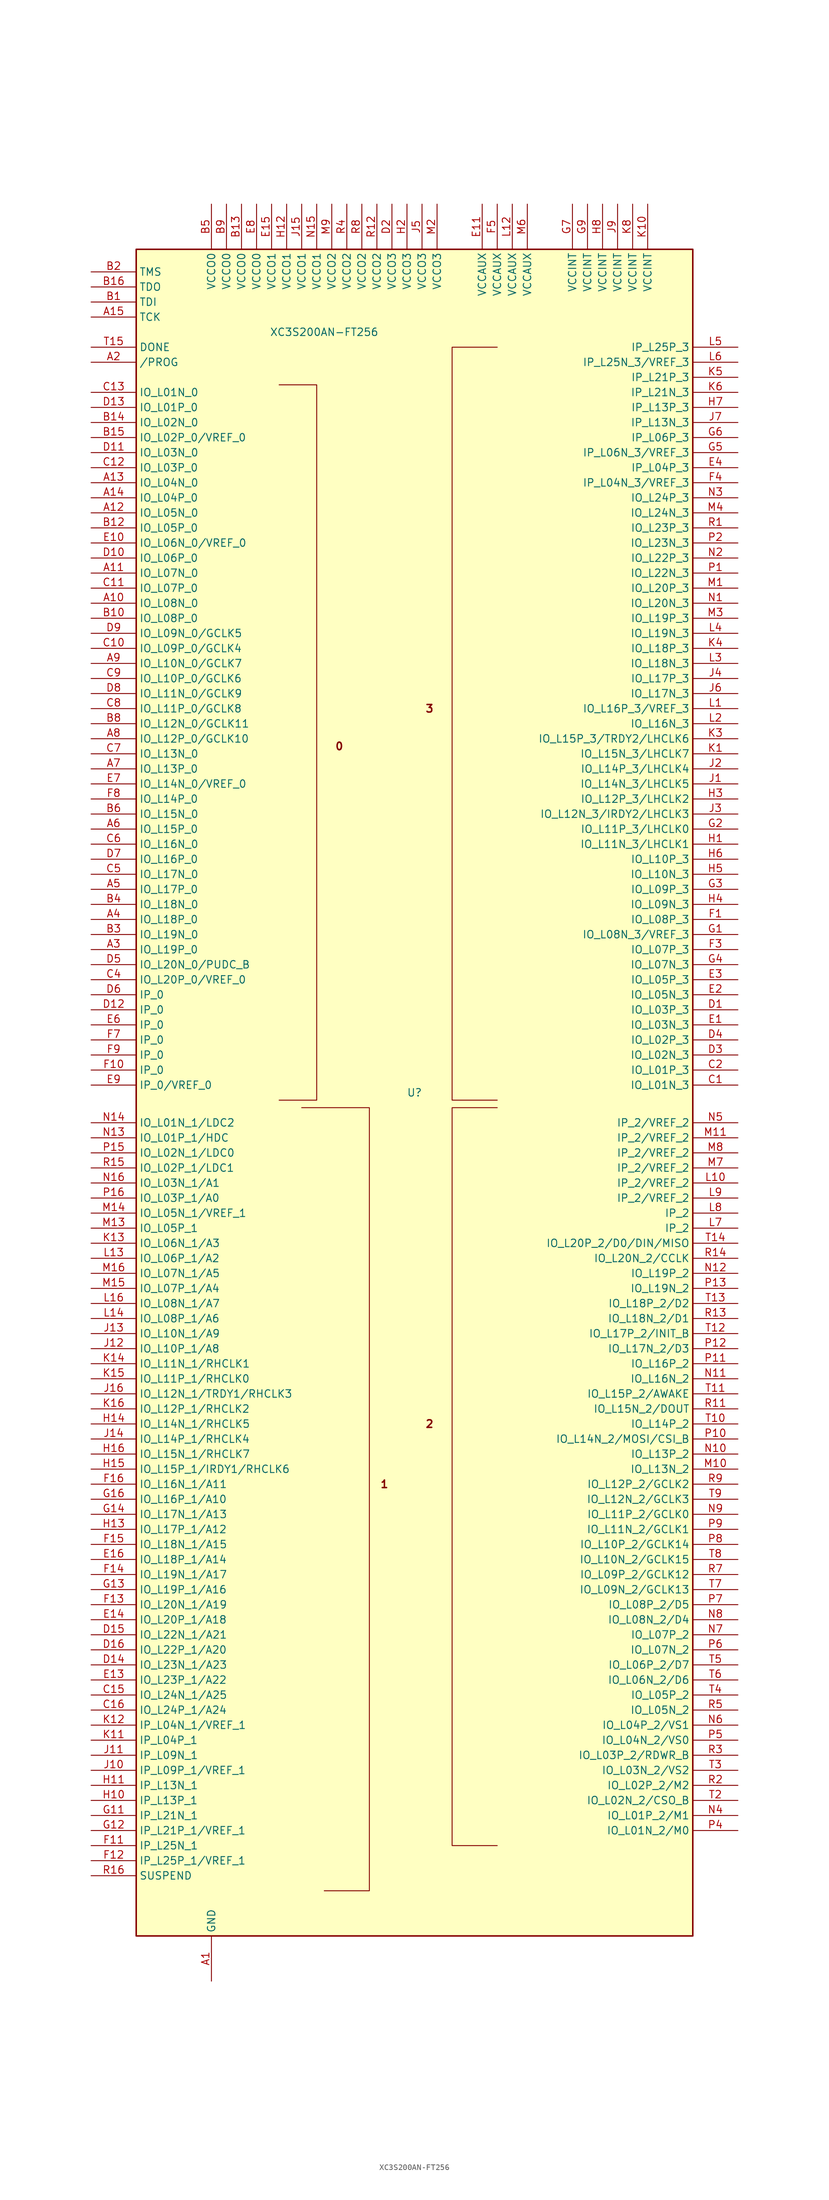
<source format=kicad_sym>
(kicad_symbol_lib
  (version 20220914)
  (generator kicad_symbol_editor)
  (symbol "XC3S200AN-FT256"
    (property "Reference" "U"
      (at 0 0 0)
      (effects (font (size 1.27 1.27))))
    (property "Value" "XC3S200AN-FT256"
      (at -15.24 128.27 0)
      (effects (font (size 1.27 1.27))))
    (symbol "XC3S200AN-FT256_0_0"
      (text "0" (at -12.7 58.42 0) (effects (font (size 1.27 1.27) bold)))
      (text "1" (at -5.08 -66.04 0) (effects (font (size 1.27 1.27) bold)))
      (text "2" (at 2.54 -55.88 0) (effects (font (size 1.27 1.27) bold)))
      (text "3" (at 2.54 64.77 0) (effects (font (size 1.27 1.27) bold))))
    (symbol "XC3S200AN-FT256_0_1"
      (rectangle (start -46.99 142.24) (end 46.99 -142.24) (stroke (width 0.254) (type default)) (fill (type background)))
      (polyline (pts (xy -22.86 119.38) (xy -16.51 119.38) (xy -16.51 -1.27) (xy -22.86 -1.27) (xy -22.86 -1.27)) (stroke (width 0) (type default)) (fill (type none)))
      (polyline (pts (xy -19.05 -2.54) (xy -7.62 -2.54) (xy -7.62 -134.62) (xy -15.24 -134.62) (xy -15.24 -134.62)) (stroke (width 0) (type default)) (fill (type none)))
      (polyline (pts (xy 13.97 -2.54) (xy 6.35 -2.54) (xy 6.35 -127) (xy 13.97 -127) (xy 13.97 -127)) (stroke (width 0) (type default)) (fill (type none)))
      (polyline (pts (xy 13.97 125.73) (xy 6.35 125.73) (xy 6.35 -1.27) (xy 13.97 -1.27) (xy 13.97 -1.27)) (stroke (width 0) (type default)) (fill (type none))))
    (symbol "XC3S200AN-FT256_1_1"
      (pin power_in line (at -34.29 -149.86 90) (length 7.62) (name "GND" (effects (font (size 1.27 1.27)))) (number "A1" (effects (font (size 1.27 1.27)))))
      (pin bidirectional line (at -54.61 82.55 0) (length 7.62) (name "IO_L08N_0" (effects (font (size 1.27 1.27)))) (number "A10" (effects (font (size 1.27 1.27)))))
      (pin bidirectional line (at -54.61 87.63 0) (length 7.62) (name "IO_L07N_0" (effects (font (size 1.27 1.27)))) (number "A11" (effects (font (size 1.27 1.27)))))
      (pin bidirectional line (at -54.61 97.79 0) (length 7.62) (name "IO_L05N_0" (effects (font (size 1.27 1.27)))) (number "A12" (effects (font (size 1.27 1.27)))))
      (pin bidirectional line (at -54.61 102.87 0) (length 7.62) (name "IO_L04N_0" (effects (font (size 1.27 1.27)))) (number "A13" (effects (font (size 1.27 1.27)))))
      (pin bidirectional line (at -54.61 100.33 0) (length 7.62) (name "IO_L04P_0" (effects (font (size 1.27 1.27)))) (number "A14" (effects (font (size 1.27 1.27)))))
      (pin input line (at -54.61 130.81 0) (length 7.62) (name "TCK" (effects (font (size 1.27 1.27)))) (number "A15" (effects (font (size 1.27 1.27)))))
      (pin passive line (at -34.29 -149.86 90) (length 7.62) hide (name "GND" (effects (font (size 1.27 1.27)))) (number "A16" (effects (font (size 1.27 1.27)))))
      (pin bidirectional line (at -54.61 123.19 0) (length 7.62) (name "/PROG" (effects (font (size 1.27 1.27)))) (number "A2" (effects (font (size 1.27 1.27)))))
      (pin bidirectional line (at -54.61 24.13 0) (length 7.62) (name "IO_L19P_0" (effects (font (size 1.27 1.27)))) (number "A3" (effects (font (size 1.27 1.27)))))
      (pin bidirectional line (at -54.61 29.21 0) (length 7.62) (name "IO_L18P_0" (effects (font (size 1.27 1.27)))) (number "A4" (effects (font (size 1.27 1.27)))))
      (pin bidirectional line (at -54.61 34.29 0) (length 7.62) (name "IO_L17P_0" (effects (font (size 1.27 1.27)))) (number "A5" (effects (font (size 1.27 1.27)))))
      (pin bidirectional line (at -54.61 44.45 0) (length 7.62) (name "IO_L15P_0" (effects (font (size 1.27 1.27)))) (number "A6" (effects (font (size 1.27 1.27)))))
      (pin bidirectional line (at -54.61 54.61 0) (length 7.62) (name "IO_L13P_0" (effects (font (size 1.27 1.27)))) (number "A7" (effects (font (size 1.27 1.27)))))
      (pin bidirectional line (at -54.61 59.69 0) (length 7.62) (name "IO_L12P_0/GCLK10" (effects (font (size 1.27 1.27)))) (number "A8" (effects (font (size 1.27 1.27)))))
      (pin bidirectional line (at -54.61 72.39 0) (length 7.62) (name "IO_L10N_0/GCLK7" (effects (font (size 1.27 1.27)))) (number "A9" (effects (font (size 1.27 1.27)))))
      (pin input line (at -54.61 133.35 0) (length 7.62) (name "TDI" (effects (font (size 1.27 1.27)))) (number "B1" (effects (font (size 1.27 1.27)))))
      (pin bidirectional line (at -54.61 80.01 0) (length 7.62) (name "IO_L08P_0" (effects (font (size 1.27 1.27)))) (number "B10" (effects (font (size 1.27 1.27)))))
      (pin passive line (at -34.29 -149.86 90) (length 7.62) hide (name "GND" (effects (font (size 1.27 1.27)))) (number "B11" (effects (font (size 1.27 1.27)))))
      (pin bidirectional line (at -54.61 95.25 0) (length 7.62) (name "IO_L05P_0" (effects (font (size 1.27 1.27)))) (number "B12" (effects (font (size 1.27 1.27)))))
      (pin power_in line (at -29.21 149.86 270) (length 7.62) (name "VCCO0" (effects (font (size 1.27 1.27)))) (number "B13" (effects (font (size 1.27 1.27)))))
      (pin bidirectional line (at -54.61 113.03 0) (length 7.62) (name "IO_L02N_0" (effects (font (size 1.27 1.27)))) (number "B14" (effects (font (size 1.27 1.27)))))
      (pin bidirectional line (at -54.61 110.49 0) (length 7.62) (name "IO_L02P_0/VREF_0" (effects (font (size 1.27 1.27)))) (number "B15" (effects (font (size 1.27 1.27)))))
      (pin output line (at -54.61 135.89 0) (length 7.62) (name "TDO" (effects (font (size 1.27 1.27)))) (number "B16" (effects (font (size 1.27 1.27)))))
      (pin input line (at -54.61 138.43 0) (length 7.62) (name "TMS" (effects (font (size 1.27 1.27)))) (number "B2" (effects (font (size 1.27 1.27)))))
      (pin bidirectional line (at -54.61 26.67 0) (length 7.62) (name "IO_L19N_0" (effects (font (size 1.27 1.27)))) (number "B3" (effects (font (size 1.27 1.27)))))
      (pin bidirectional line (at -54.61 31.75 0) (length 7.62) (name "IO_L18N_0" (effects (font (size 1.27 1.27)))) (number "B4" (effects (font (size 1.27 1.27)))))
      (pin power_in line (at -34.29 149.86 270) (length 7.62) (name "VCCO0" (effects (font (size 1.27 1.27)))) (number "B5" (effects (font (size 1.27 1.27)))))
      (pin bidirectional line (at -54.61 46.99 0) (length 7.62) (name "IO_L15N_0" (effects (font (size 1.27 1.27)))) (number "B6" (effects (font (size 1.27 1.27)))))
      (pin passive line (at -34.29 -149.86 90) (length 7.62) hide (name "GND" (effects (font (size 1.27 1.27)))) (number "B7" (effects (font (size 1.27 1.27)))))
      (pin bidirectional line (at -54.61 62.23 0) (length 7.62) (name "IO_L12N_0/GCLK11" (effects (font (size 1.27 1.27)))) (number "B8" (effects (font (size 1.27 1.27)))))
      (pin power_in line (at -31.75 149.86 270) (length 7.62) (name "VCCO0" (effects (font (size 1.27 1.27)))) (number "B9" (effects (font (size 1.27 1.27)))))
      (pin bidirectional line (at 54.61 1.27 180) (length 7.62) (name "IO_L01N_3" (effects (font (size 1.27 1.27)))) (number "C1" (effects (font (size 1.27 1.27)))))
      (pin bidirectional line (at -54.61 74.93 0) (length 7.62) (name "IO_L09P_0/GCLK4" (effects (font (size 1.27 1.27)))) (number "C10" (effects (font (size 1.27 1.27)))))
      (pin bidirectional line (at -54.61 85.09 0) (length 7.62) (name "IO_L07P_0" (effects (font (size 1.27 1.27)))) (number "C11" (effects (font (size 1.27 1.27)))))
      (pin bidirectional line (at -54.61 105.41 0) (length 7.62) (name "IO_L03P_0" (effects (font (size 1.27 1.27)))) (number "C12" (effects (font (size 1.27 1.27)))))
      (pin bidirectional line (at -54.61 118.11 0) (length 7.62) (name "IO_L01N_0" (effects (font (size 1.27 1.27)))) (number "C13" (effects (font (size 1.27 1.27)))))
      (pin passive line (at -34.29 -149.86 90) (length 7.62) hide (name "GND" (effects (font (size 1.27 1.27)))) (number "C14" (effects (font (size 1.27 1.27)))))
      (pin bidirectional line (at -54.61 -101.6 0) (length 7.62) (name "IO_L24N_1/A25" (effects (font (size 1.27 1.27)))) (number "C15" (effects (font (size 1.27 1.27)))))
      (pin bidirectional line (at -54.61 -104.14 0) (length 7.62) (name "IO_L24P_1/A24" (effects (font (size 1.27 1.27)))) (number "C16" (effects (font (size 1.27 1.27)))))
      (pin bidirectional line (at 54.61 3.81 180) (length 7.62) (name "IO_L01P_3" (effects (font (size 1.27 1.27)))) (number "C2" (effects (font (size 1.27 1.27)))))
      (pin passive line (at -34.29 -149.86 90) (length 7.62) hide (name "GND" (effects (font (size 1.27 1.27)))) (number "C3" (effects (font (size 1.27 1.27)))))
      (pin bidirectional line (at -54.61 19.05 0) (length 7.62) (name "IO_L20P_0/VREF_0" (effects (font (size 1.27 1.27)))) (number "C4" (effects (font (size 1.27 1.27)))))
      (pin bidirectional line (at -54.61 36.83 0) (length 7.62) (name "IO_L17N_0" (effects (font (size 1.27 1.27)))) (number "C5" (effects (font (size 1.27 1.27)))))
      (pin bidirectional line (at -54.61 41.91 0) (length 7.62) (name "IO_L16N_0" (effects (font (size 1.27 1.27)))) (number "C6" (effects (font (size 1.27 1.27)))))
      (pin bidirectional line (at -54.61 57.15 0) (length 7.62) (name "IO_L13N_0" (effects (font (size 1.27 1.27)))) (number "C7" (effects (font (size 1.27 1.27)))))
      (pin bidirectional line (at -54.61 64.77 0) (length 7.62) (name "IO_L11P_0/GCLK8" (effects (font (size 1.27 1.27)))) (number "C8" (effects (font (size 1.27 1.27)))))
      (pin bidirectional line (at -54.61 69.85 0) (length 7.62) (name "IO_L10P_0/GCLK6" (effects (font (size 1.27 1.27)))) (number "C9" (effects (font (size 1.27 1.27)))))
      (pin bidirectional line (at 54.61 13.97 180) (length 7.62) (name "IO_L03P_3" (effects (font (size 1.27 1.27)))) (number "D1" (effects (font (size 1.27 1.27)))))
      (pin bidirectional line (at -54.61 90.17 0) (length 7.62) (name "IO_L06P_0" (effects (font (size 1.27 1.27)))) (number "D10" (effects (font (size 1.27 1.27)))))
      (pin bidirectional line (at -54.61 107.95 0) (length 7.62) (name "IO_L03N_0" (effects (font (size 1.27 1.27)))) (number "D11" (effects (font (size 1.27 1.27)))))
      (pin input line (at -54.61 13.97 0) (length 7.62) (name "IP_0" (effects (font (size 1.27 1.27)))) (number "D12" (effects (font (size 1.27 1.27)))))
      (pin bidirectional line (at -54.61 115.57 0) (length 7.62) (name "IO_L01P_0" (effects (font (size 1.27 1.27)))) (number "D13" (effects (font (size 1.27 1.27)))))
      (pin bidirectional line (at -54.61 -96.52 0) (length 7.62) (name "IO_L23N_1/A23" (effects (font (size 1.27 1.27)))) (number "D14" (effects (font (size 1.27 1.27)))))
      (pin bidirectional line (at -54.61 -91.44 0) (length 7.62) (name "IO_L22N_1/A21" (effects (font (size 1.27 1.27)))) (number "D15" (effects (font (size 1.27 1.27)))))
      (pin bidirectional line (at -54.61 -93.98 0) (length 7.62) (name "IO_L22P_1/A20" (effects (font (size 1.27 1.27)))) (number "D16" (effects (font (size 1.27 1.27)))))
      (pin passive line (at -3.81 149.86 270) (length 7.62) (name "VCCO3" (effects (font (size 1.27 1.27)))) (number "D2" (effects (font (size 1.27 1.27)))))
      (pin bidirectional line (at 54.61 6.35 180) (length 7.62) (name "IO_L02N_3" (effects (font (size 1.27 1.27)))) (number "D3" (effects (font (size 1.27 1.27)))))
      (pin bidirectional line (at 54.61 8.89 180) (length 7.62) (name "IO_L02P_3" (effects (font (size 1.27 1.27)))) (number "D4" (effects (font (size 1.27 1.27)))))
      (pin bidirectional line (at -54.61 21.59 0) (length 7.62) (name "IO_L20N_0/PUDC_B" (effects (font (size 1.27 1.27)))) (number "D5" (effects (font (size 1.27 1.27)))))
      (pin input line (at -54.61 16.51 0) (length 7.62) (name "IP_0" (effects (font (size 1.27 1.27)))) (number "D6" (effects (font (size 1.27 1.27)))))
      (pin bidirectional line (at -54.61 39.37 0) (length 7.62) (name "IO_L16P_0" (effects (font (size 1.27 1.27)))) (number "D7" (effects (font (size 1.27 1.27)))))
      (pin bidirectional line (at -54.61 67.31 0) (length 7.62) (name "IO_L11N_0/GCLK9" (effects (font (size 1.27 1.27)))) (number "D8" (effects (font (size 1.27 1.27)))))
      (pin bidirectional line (at -54.61 77.47 0) (length 7.62) (name "IO_L09N_0/GCLK5" (effects (font (size 1.27 1.27)))) (number "D9" (effects (font (size 1.27 1.27)))))
      (pin bidirectional line (at 54.61 11.43 180) (length 7.62) (name "IO_L03N_3" (effects (font (size 1.27 1.27)))) (number "E1" (effects (font (size 1.27 1.27)))))
      (pin bidirectional line (at -54.61 92.71 0) (length 7.62) (name "IO_L06N_0/VREF_0" (effects (font (size 1.27 1.27)))) (number "E10" (effects (font (size 1.27 1.27)))))
      (pin power_in line (at 11.43 149.86 270) (length 7.62) (name "VCCAUX" (effects (font (size 1.27 1.27)))) (number "E11" (effects (font (size 1.27 1.27)))))
      (pin passive line (at -34.29 -149.86 90) (length 7.62) hide (name "GND" (effects (font (size 1.27 1.27)))) (number "E12" (effects (font (size 1.27 1.27)))))
      (pin bidirectional line (at -54.61 -99.06 0) (length 7.62) (name "IO_L23P_1/A22" (effects (font (size 1.27 1.27)))) (number "E13" (effects (font (size 1.27 1.27)))))
      (pin bidirectional line (at -54.61 -88.9 0) (length 7.62) (name "IO_L20P_1/A18" (effects (font (size 1.27 1.27)))) (number "E14" (effects (font (size 1.27 1.27)))))
      (pin power_in line (at -24.13 149.86 270) (length 7.62) (name "VCCO1" (effects (font (size 1.27 1.27)))) (number "E15" (effects (font (size 1.27 1.27)))))
      (pin bidirectional line (at -54.61 -78.74 0) (length 7.62) (name "IO_L18P_1/A14" (effects (font (size 1.27 1.27)))) (number "E16" (effects (font (size 1.27 1.27)))))
      (pin bidirectional line (at 54.61 16.51 180) (length 7.62) (name "IO_L05N_3" (effects (font (size 1.27 1.27)))) (number "E2" (effects (font (size 1.27 1.27)))))
      (pin bidirectional line (at 54.61 19.05 180) (length 7.62) (name "IO_L05P_3" (effects (font (size 1.27 1.27)))) (number "E3" (effects (font (size 1.27 1.27)))))
      (pin input line (at 54.61 105.41 180) (length 7.62) (name "IP_L04P_3" (effects (font (size 1.27 1.27)))) (number "E4" (effects (font (size 1.27 1.27)))))
      (pin passive line (at -34.29 -149.86 90) (length 7.62) hide (name "GND" (effects (font (size 1.27 1.27)))) (number "E5" (effects (font (size 1.27 1.27)))))
      (pin input line (at -54.61 11.43 0) (length 7.62) (name "IP_0" (effects (font (size 1.27 1.27)))) (number "E6" (effects (font (size 1.27 1.27)))))
      (pin bidirectional line (at -54.61 52.07 0) (length 7.62) (name "IO_L14N_0/VREF_0" (effects (font (size 1.27 1.27)))) (number "E7" (effects (font (size 1.27 1.27)))))
      (pin power_in line (at -26.67 149.86 270) (length 7.62) (name "VCCO0" (effects (font (size 1.27 1.27)))) (number "E8" (effects (font (size 1.27 1.27)))))
      (pin input line (at -54.61 1.27 0) (length 7.62) (name "IP_0/VREF_0" (effects (font (size 1.27 1.27)))) (number "E9" (effects (font (size 1.27 1.27)))))
      (pin bidirectional line (at 54.61 29.21 180) (length 7.62) (name "IO_L08P_3" (effects (font (size 1.27 1.27)))) (number "F1" (effects (font (size 1.27 1.27)))))
      (pin input line (at -54.61 3.81 0) (length 7.62) (name "IP_0" (effects (font (size 1.27 1.27)))) (number "F10" (effects (font (size 1.27 1.27)))))
      (pin input line (at -54.61 -127 0) (length 7.62) (name "IP_L25N_1" (effects (font (size 1.27 1.27)))) (number "F11" (effects (font (size 1.27 1.27)))))
      (pin input line (at -54.61 -129.54 0) (length 7.62) (name "IP_L25P_1/VREF_1" (effects (font (size 1.27 1.27)))) (number "F12" (effects (font (size 1.27 1.27)))))
      (pin bidirectional line (at -54.61 -86.36 0) (length 7.62) (name "IO_L20N_1/A19" (effects (font (size 1.27 1.27)))) (number "F13" (effects (font (size 1.27 1.27)))))
      (pin bidirectional line (at -54.61 -81.28 0) (length 7.62) (name "IO_L19N_1/A17" (effects (font (size 1.27 1.27)))) (number "F14" (effects (font (size 1.27 1.27)))))
      (pin bidirectional line (at -54.61 -76.2 0) (length 7.62) (name "IO_L18N_1/A15" (effects (font (size 1.27 1.27)))) (number "F15" (effects (font (size 1.27 1.27)))))
      (pin bidirectional line (at -54.61 -66.04 0) (length 7.62) (name "IO_L16N_1/A11" (effects (font (size 1.27 1.27)))) (number "F16" (effects (font (size 1.27 1.27)))))
      (pin passive line (at -34.29 -149.86 90) (length 7.62) hide (name "GND" (effects (font (size 1.27 1.27)))) (number "F2" (effects (font (size 1.27 1.27)))))
      (pin bidirectional line (at 54.61 24.13 180) (length 7.62) (name "IO_L07P_3" (effects (font (size 1.27 1.27)))) (number "F3" (effects (font (size 1.27 1.27)))))
      (pin input line (at 54.61 102.87 180) (length 7.62) (name "IP_L04N_3/VREF_3" (effects (font (size 1.27 1.27)))) (number "F4" (effects (font (size 1.27 1.27)))))
      (pin power_in line (at 13.97 149.86 270) (length 7.62) (name "VCCAUX" (effects (font (size 1.27 1.27)))) (number "F5" (effects (font (size 1.27 1.27)))))
      (pin passive line (at -34.29 -149.86 90) (length 7.62) hide (name "GND" (effects (font (size 1.27 1.27)))) (number "F6" (effects (font (size 1.27 1.27)))))
      (pin input line (at -54.61 8.89 0) (length 7.62) (name "IP_0" (effects (font (size 1.27 1.27)))) (number "F7" (effects (font (size 1.27 1.27)))))
      (pin bidirectional line (at -54.61 49.53 0) (length 7.62) (name "IO_L14P_0" (effects (font (size 1.27 1.27)))) (number "F8" (effects (font (size 1.27 1.27)))))
      (pin input line (at -54.61 6.35 0) (length 7.62) (name "IP_0" (effects (font (size 1.27 1.27)))) (number "F9" (effects (font (size 1.27 1.27)))))
      (pin bidirectional line (at 54.61 26.67 180) (length 7.62) (name "IO_L08N_3/VREF_3" (effects (font (size 1.27 1.27)))) (number "G1" (effects (font (size 1.27 1.27)))))
      (pin passive line (at -34.29 -149.86 90) (length 7.62) hide (name "GND" (effects (font (size 1.27 1.27)))) (number "G10" (effects (font (size 1.27 1.27)))))
      (pin input line (at -54.61 -121.92 0) (length 7.62) (name "IP_L21N_1" (effects (font (size 1.27 1.27)))) (number "G11" (effects (font (size 1.27 1.27)))))
      (pin input line (at -54.61 -124.46 0) (length 7.62) (name "IP_L21P_1/VREF_1" (effects (font (size 1.27 1.27)))) (number "G12" (effects (font (size 1.27 1.27)))))
      (pin bidirectional line (at -54.61 -83.82 0) (length 7.62) (name "IO_L19P_1/A16" (effects (font (size 1.27 1.27)))) (number "G13" (effects (font (size 1.27 1.27)))))
      (pin bidirectional line (at -54.61 -71.12 0) (length 7.62) (name "IO_L17N_1/A13" (effects (font (size 1.27 1.27)))) (number "G14" (effects (font (size 1.27 1.27)))))
      (pin passive line (at -34.29 -149.86 90) (length 7.62) hide (name "GND" (effects (font (size 1.27 1.27)))) (number "G15" (effects (font (size 1.27 1.27)))))
      (pin bidirectional line (at -54.61 -68.58 0) (length 7.62) (name "IO_L16P_1/A10" (effects (font (size 1.27 1.27)))) (number "G16" (effects (font (size 1.27 1.27)))))
      (pin bidirectional line (at 54.61 44.45 180) (length 7.62) (name "IO_L11P_3/LHCLK0" (effects (font (size 1.27 1.27)))) (number "G2" (effects (font (size 1.27 1.27)))))
      (pin bidirectional line (at 54.61 34.29 180) (length 7.62) (name "IO_L09P_3" (effects (font (size 1.27 1.27)))) (number "G3" (effects (font (size 1.27 1.27)))))
      (pin bidirectional line (at 54.61 21.59 180) (length 7.62) (name "IO_L07N_3" (effects (font (size 1.27 1.27)))) (number "G4" (effects (font (size 1.27 1.27)))))
      (pin input line (at 54.61 107.95 180) (length 7.62) (name "IP_L06N_3/VREF_3" (effects (font (size 1.27 1.27)))) (number "G5" (effects (font (size 1.27 1.27)))))
      (pin input line (at 54.61 110.49 180) (length 7.62) (name "IP_L06P_3" (effects (font (size 1.27 1.27)))) (number "G6" (effects (font (size 1.27 1.27)))))
      (pin power_in line (at 26.67 149.86 270) (length 7.62) (name "VCCINT" (effects (font (size 1.27 1.27)))) (number "G7" (effects (font (size 1.27 1.27)))))
      (pin passive line (at -34.29 -149.86 90) (length 7.62) hide (name "GND" (effects (font (size 1.27 1.27)))) (number "G8" (effects (font (size 1.27 1.27)))))
      (pin power_in line (at 29.21 149.86 270) (length 7.62) (name "VCCINT" (effects (font (size 1.27 1.27)))) (number "G9" (effects (font (size 1.27 1.27)))))
      (pin bidirectional line (at 54.61 41.91 180) (length 7.62) (name "IO_L11N_3/LHCLK1" (effects (font (size 1.27 1.27)))) (number "H1" (effects (font (size 1.27 1.27)))))
      (pin input line (at -54.61 -119.38 0) (length 7.62) (name "IP_L13P_1" (effects (font (size 1.27 1.27)))) (number "H10" (effects (font (size 1.27 1.27)))))
      (pin input line (at -54.61 -116.84 0) (length 7.62) (name "IP_L13N_1" (effects (font (size 1.27 1.27)))) (number "H11" (effects (font (size 1.27 1.27)))))
      (pin power_in line (at -21.59 149.86 270) (length 7.62) (name "VCCO1" (effects (font (size 1.27 1.27)))) (number "H12" (effects (font (size 1.27 1.27)))))
      (pin bidirectional line (at -54.61 -73.66 0) (length 7.62) (name "IO_L17P_1/A12" (effects (font (size 1.27 1.27)))) (number "H13" (effects (font (size 1.27 1.27)))))
      (pin bidirectional line (at -54.61 -55.88 0) (length 7.62) (name "IO_L14N_1/RHCLK5" (effects (font (size 1.27 1.27)))) (number "H14" (effects (font (size 1.27 1.27)))))
      (pin bidirectional line (at -54.61 -63.5 0) (length 7.62) (name "IO_L15P_1/IRDY1/RHCLK6" (effects (font (size 1.27 1.27)))) (number "H15" (effects (font (size 1.27 1.27)))))
      (pin bidirectional line (at -54.61 -60.96 0) (length 7.62) (name "IO_L15N_1/RHCLK7" (effects (font (size 1.27 1.27)))) (number "H16" (effects (font (size 1.27 1.27)))))
      (pin power_in line (at -1.27 149.86 270) (length 7.62) (name "VCCO3" (effects (font (size 1.27 1.27)))) (number "H2" (effects (font (size 1.27 1.27)))))
      (pin bidirectional line (at 54.61 49.53 180) (length 7.62) (name "IO_L12P_3/LHCLK2" (effects (font (size 1.27 1.27)))) (number "H3" (effects (font (size 1.27 1.27)))))
      (pin bidirectional line (at 54.61 31.75 180) (length 7.62) (name "IO_L09N_3" (effects (font (size 1.27 1.27)))) (number "H4" (effects (font (size 1.27 1.27)))))
      (pin bidirectional line (at 54.61 36.83 180) (length 7.62) (name "IO_L10N_3" (effects (font (size 1.27 1.27)))) (number "H5" (effects (font (size 1.27 1.27)))))
      (pin bidirectional line (at 54.61 39.37 180) (length 7.62) (name "IO_L10P_3" (effects (font (size 1.27 1.27)))) (number "H6" (effects (font (size 1.27 1.27)))))
      (pin input line (at 54.61 115.57 180) (length 7.62) (name "IP_L13P_3" (effects (font (size 1.27 1.27)))) (number "H7" (effects (font (size 1.27 1.27)))))
      (pin power_in line (at 31.75 149.86 270) (length 7.62) (name "VCCINT" (effects (font (size 1.27 1.27)))) (number "H8" (effects (font (size 1.27 1.27)))))
      (pin passive line (at -34.29 -149.86 90) (length 7.62) hide (name "GND" (effects (font (size 1.27 1.27)))) (number "H9" (effects (font (size 1.27 1.27)))))
      (pin bidirectional line (at 54.61 52.07 180) (length 7.62) (name "IO_L14N_3/LHCLK5" (effects (font (size 1.27 1.27)))) (number "J1" (effects (font (size 1.27 1.27)))))
      (pin input line (at -54.61 -114.3 0) (length 7.62) (name "IP_L09P_1/VREF_1" (effects (font (size 1.27 1.27)))) (number "J10" (effects (font (size 1.27 1.27)))))
      (pin input line (at -54.61 -111.76 0) (length 7.62) (name "IP_L09N_1" (effects (font (size 1.27 1.27)))) (number "J11" (effects (font (size 1.27 1.27)))))
      (pin bidirectional line (at -54.61 -43.18 0) (length 7.62) (name "IO_L10P_1/A8" (effects (font (size 1.27 1.27)))) (number "J12" (effects (font (size 1.27 1.27)))))
      (pin bidirectional line (at -54.61 -40.64 0) (length 7.62) (name "IO_L10N_1/A9" (effects (font (size 1.27 1.27)))) (number "J13" (effects (font (size 1.27 1.27)))))
      (pin bidirectional line (at -54.61 -58.42 0) (length 7.62) (name "IO_L14P_1/RHCLK4" (effects (font (size 1.27 1.27)))) (number "J14" (effects (font (size 1.27 1.27)))))
      (pin power_in line (at -19.05 149.86 270) (length 7.62) (name "VCCO1" (effects (font (size 1.27 1.27)))) (number "J15" (effects (font (size 1.27 1.27)))))
      (pin bidirectional line (at -54.61 -50.8 0) (length 7.62) (name "IO_L12N_1/TRDY1/RHCLK3" (effects (font (size 1.27 1.27)))) (number "J16" (effects (font (size 1.27 1.27)))))
      (pin bidirectional line (at 54.61 54.61 180) (length 7.62) (name "IO_L14P_3/LHCLK4" (effects (font (size 1.27 1.27)))) (number "J2" (effects (font (size 1.27 1.27)))))
      (pin bidirectional line (at 54.61 46.99 180) (length 7.62) (name "IO_L12N_3/IRDY2/LHCLK3" (effects (font (size 1.27 1.27)))) (number "J3" (effects (font (size 1.27 1.27)))))
      (pin bidirectional line (at 54.61 69.85 180) (length 7.62) (name "IO_L17P_3" (effects (font (size 1.27 1.27)))) (number "J4" (effects (font (size 1.27 1.27)))))
      (pin power_in line (at 1.27 149.86 270) (length 7.62) (name "VCCO3" (effects (font (size 1.27 1.27)))) (number "J5" (effects (font (size 1.27 1.27)))))
      (pin bidirectional line (at 54.61 67.31 180) (length 7.62) (name "IO_L17N_3" (effects (font (size 1.27 1.27)))) (number "J6" (effects (font (size 1.27 1.27)))))
      (pin input line (at 54.61 113.03 180) (length 7.62) (name "IP_L13N_3" (effects (font (size 1.27 1.27)))) (number "J7" (effects (font (size 1.27 1.27)))))
      (pin passive line (at -34.29 -149.86 90) (length 7.62) hide (name "GND" (effects (font (size 1.27 1.27)))) (number "J8" (effects (font (size 1.27 1.27)))))
      (pin power_in line (at 34.29 149.86 270) (length 7.62) (name "VCCINT" (effects (font (size 1.27 1.27)))) (number "J9" (effects (font (size 1.27 1.27)))))
      (pin bidirectional line (at 54.61 57.15 180) (length 7.62) (name "IO_L15N_3/LHCLK7" (effects (font (size 1.27 1.27)))) (number "K1" (effects (font (size 1.27 1.27)))))
      (pin power_in line (at 39.37 149.86 270) (length 7.62) (name "VCCINT" (effects (font (size 1.27 1.27)))) (number "K10" (effects (font (size 1.27 1.27)))))
      (pin input line (at -54.61 -109.22 0) (length 7.62) (name "IP_L04P_1" (effects (font (size 1.27 1.27)))) (number "K11" (effects (font (size 1.27 1.27)))))
      (pin input line (at -54.61 -106.68 0) (length 7.62) (name "IP_L04N_1/VREF_1" (effects (font (size 1.27 1.27)))) (number "K12" (effects (font (size 1.27 1.27)))))
      (pin bidirectional line (at -54.61 -25.4 0) (length 7.62) (name "IO_L06N_1/A3" (effects (font (size 1.27 1.27)))) (number "K13" (effects (font (size 1.27 1.27)))))
      (pin bidirectional line (at -54.61 -45.72 0) (length 7.62) (name "IO_L11N_1/RHCLK1" (effects (font (size 1.27 1.27)))) (number "K14" (effects (font (size 1.27 1.27)))))
      (pin bidirectional line (at -54.61 -48.26 0) (length 7.62) (name "IO_L11P_1/RHCLK0" (effects (font (size 1.27 1.27)))) (number "K15" (effects (font (size 1.27 1.27)))))
      (pin bidirectional line (at -54.61 -53.34 0) (length 7.62) (name "IO_L12P_1/RHCLK2" (effects (font (size 1.27 1.27)))) (number "K16" (effects (font (size 1.27 1.27)))))
      (pin passive line (at -34.29 -149.86 90) (length 7.62) hide (name "GND" (effects (font (size 1.27 1.27)))) (number "K2" (effects (font (size 1.27 1.27)))))
      (pin bidirectional line (at 54.61 59.69 180) (length 7.62) (name "IO_L15P_3/TRDY2/LHCLK6" (effects (font (size 1.27 1.27)))) (number "K3" (effects (font (size 1.27 1.27)))))
      (pin bidirectional line (at 54.61 74.93 180) (length 7.62) (name "IO_L18P_3" (effects (font (size 1.27 1.27)))) (number "K4" (effects (font (size 1.27 1.27)))))
      (pin input line (at 54.61 120.65 180) (length 7.62) (name "IP_L21P_3" (effects (font (size 1.27 1.27)))) (number "K5" (effects (font (size 1.27 1.27)))))
      (pin input line (at 54.61 118.11 180) (length 7.62) (name "IP_L21N_3" (effects (font (size 1.27 1.27)))) (number "K6" (effects (font (size 1.27 1.27)))))
      (pin passive line (at -34.29 -149.86 90) (length 7.62) hide (name "GND" (effects (font (size 1.27 1.27)))) (number "K7" (effects (font (size 1.27 1.27)))))
      (pin power_in line (at 36.83 149.86 270) (length 7.62) (name "VCCINT" (effects (font (size 1.27 1.27)))) (number "K8" (effects (font (size 1.27 1.27)))))
      (pin passive line (at -34.29 -149.86 90) (length 7.62) hide (name "GND" (effects (font (size 1.27 1.27)))) (number "K9" (effects (font (size 1.27 1.27)))))
      (pin bidirectional line (at 54.61 64.77 180) (length 7.62) (name "IO_L16P_3/VREF_3" (effects (font (size 1.27 1.27)))) (number "L1" (effects (font (size 1.27 1.27)))))
      (pin input line (at 54.61 -15.24 180) (length 7.62) (name "IP_2/VREF_2" (effects (font (size 1.27 1.27)))) (number "L10" (effects (font (size 1.27 1.27)))))
      (pin passive line (at -34.29 -149.86 90) (length 7.62) hide (name "GND" (effects (font (size 1.27 1.27)))) (number "L11" (effects (font (size 1.27 1.27)))))
      (pin power_in line (at 16.51 149.86 270) (length 7.62) (name "VCCAUX" (effects (font (size 1.27 1.27)))) (number "L12" (effects (font (size 1.27 1.27)))))
      (pin bidirectional line (at -54.61 -27.94 0) (length 7.62) (name "IO_L06P_1/A2" (effects (font (size 1.27 1.27)))) (number "L13" (effects (font (size 1.27 1.27)))))
      (pin bidirectional line (at -54.61 -38.1 0) (length 7.62) (name "IO_L08P_1/A6" (effects (font (size 1.27 1.27)))) (number "L14" (effects (font (size 1.27 1.27)))))
      (pin passive line (at -34.29 -149.86 90) (length 7.62) hide (name "GND" (effects (font (size 1.27 1.27)))) (number "L15" (effects (font (size 1.27 1.27)))))
      (pin bidirectional line (at -54.61 -35.56 0) (length 7.62) (name "IO_L08N_1/A7" (effects (font (size 1.27 1.27)))) (number "L16" (effects (font (size 1.27 1.27)))))
      (pin bidirectional line (at 54.61 62.23 180) (length 7.62) (name "IO_L16N_3" (effects (font (size 1.27 1.27)))) (number "L2" (effects (font (size 1.27 1.27)))))
      (pin bidirectional line (at 54.61 72.39 180) (length 7.62) (name "IO_L18N_3" (effects (font (size 1.27 1.27)))) (number "L3" (effects (font (size 1.27 1.27)))))
      (pin bidirectional line (at 54.61 77.47 180) (length 7.62) (name "IO_L19N_3" (effects (font (size 1.27 1.27)))) (number "L4" (effects (font (size 1.27 1.27)))))
      (pin input line (at 54.61 125.73 180) (length 7.62) (name "IP_L25P_3" (effects (font (size 1.27 1.27)))) (number "L5" (effects (font (size 1.27 1.27)))))
      (pin input line (at 54.61 123.19 180) (length 7.62) (name "IP_L25N_3/VREF_3" (effects (font (size 1.27 1.27)))) (number "L6" (effects (font (size 1.27 1.27)))))
      (pin input line (at 54.61 -22.86 180) (length 7.62) (name "IP_2" (effects (font (size 1.27 1.27)))) (number "L7" (effects (font (size 1.27 1.27)))))
      (pin input line (at 54.61 -20.32 180) (length 7.62) (name "IP_2" (effects (font (size 1.27 1.27)))) (number "L8" (effects (font (size 1.27 1.27)))))
      (pin input line (at 54.61 -17.78 180) (length 7.62) (name "IP_2/VREF_2" (effects (font (size 1.27 1.27)))) (number "L9" (effects (font (size 1.27 1.27)))))
      (pin bidirectional line (at 54.61 85.09 180) (length 7.62) (name "IO_L20P_3" (effects (font (size 1.27 1.27)))) (number "M1" (effects (font (size 1.27 1.27)))))
      (pin bidirectional line (at 54.61 -63.5 180) (length 7.62) (name "IO_L13N_2" (effects (font (size 1.27 1.27)))) (number "M10" (effects (font (size 1.27 1.27)))))
      (pin input line (at 54.61 -7.62 180) (length 7.62) (name "IP_2/VREF_2" (effects (font (size 1.27 1.27)))) (number "M11" (effects (font (size 1.27 1.27)))))
      (pin passive line (at -34.29 -149.86 90) (length 7.62) hide (name "GND" (effects (font (size 1.27 1.27)))) (number "M12" (effects (font (size 1.27 1.27)))))
      (pin bidirectional line (at -54.61 -22.86 0) (length 7.62) (name "IO_L05P_1" (effects (font (size 1.27 1.27)))) (number "M13" (effects (font (size 1.27 1.27)))))
      (pin bidirectional line (at -54.61 -20.32 0) (length 7.62) (name "IO_L05N_1/VREF_1" (effects (font (size 1.27 1.27)))) (number "M14" (effects (font (size 1.27 1.27)))))
      (pin bidirectional line (at -54.61 -33.02 0) (length 7.62) (name "IO_L07P_1/A4" (effects (font (size 1.27 1.27)))) (number "M15" (effects (font (size 1.27 1.27)))))
      (pin bidirectional line (at -54.61 -30.48 0) (length 7.62) (name "IO_L07N_1/A5" (effects (font (size 1.27 1.27)))) (number "M16" (effects (font (size 1.27 1.27)))))
      (pin power_in line (at 3.81 149.86 270) (length 7.62) (name "VCCO3" (effects (font (size 1.27 1.27)))) (number "M2" (effects (font (size 1.27 1.27)))))
      (pin bidirectional line (at 54.61 80.01 180) (length 7.62) (name "IO_L19P_3" (effects (font (size 1.27 1.27)))) (number "M3" (effects (font (size 1.27 1.27)))))
      (pin bidirectional line (at 54.61 97.79 180) (length 7.62) (name "IO_L24N_3" (effects (font (size 1.27 1.27)))) (number "M4" (effects (font (size 1.27 1.27)))))
      (pin passive line (at -34.29 -149.86 90) (length 7.62) hide (name "GND" (effects (font (size 1.27 1.27)))) (number "M5" (effects (font (size 1.27 1.27)))))
      (pin power_in line (at 19.05 149.86 270) (length 7.62) (name "VCCAUX" (effects (font (size 1.27 1.27)))) (number "M6" (effects (font (size 1.27 1.27)))))
      (pin input line (at 54.61 -12.7 180) (length 7.62) (name "IP_2/VREF_2" (effects (font (size 1.27 1.27)))) (number "M7" (effects (font (size 1.27 1.27)))))
      (pin input line (at 54.61 -10.16 180) (length 7.62) (name "IP_2/VREF_2" (effects (font (size 1.27 1.27)))) (number "M8" (effects (font (size 1.27 1.27)))))
      (pin power_in line (at -13.97 149.86 270) (length 7.62) (name "VCCO2" (effects (font (size 1.27 1.27)))) (number "M9" (effects (font (size 1.27 1.27)))))
      (pin bidirectional line (at 54.61 82.55 180) (length 7.62) (name "IO_L20N_3" (effects (font (size 1.27 1.27)))) (number "N1" (effects (font (size 1.27 1.27)))))
      (pin bidirectional line (at 54.61 -60.96 180) (length 7.62) (name "IO_L13P_2" (effects (font (size 1.27 1.27)))) (number "N10" (effects (font (size 1.27 1.27)))))
      (pin bidirectional line (at 54.61 -48.26 180) (length 7.62) (name "IO_L16N_2" (effects (font (size 1.27 1.27)))) (number "N11" (effects (font (size 1.27 1.27)))))
      (pin bidirectional line (at 54.61 -30.48 180) (length 7.62) (name "IO_L19P_2" (effects (font (size 1.27 1.27)))) (number "N12" (effects (font (size 1.27 1.27)))))
      (pin bidirectional line (at -54.61 -7.62 0) (length 7.62) (name "IO_L01P_1/HDC" (effects (font (size 1.27 1.27)))) (number "N13" (effects (font (size 1.27 1.27)))))
      (pin bidirectional line (at -54.61 -5.08 0) (length 7.62) (name "IO_L01N_1/LDC2" (effects (font (size 1.27 1.27)))) (number "N14" (effects (font (size 1.27 1.27)))))
      (pin power_in line (at -16.51 149.86 270) (length 7.62) (name "VCCO1" (effects (font (size 1.27 1.27)))) (number "N15" (effects (font (size 1.27 1.27)))))
      (pin bidirectional line (at -54.61 -15.24 0) (length 7.62) (name "IO_L03N_1/A1" (effects (font (size 1.27 1.27)))) (number "N16" (effects (font (size 1.27 1.27)))))
      (pin bidirectional line (at 54.61 90.17 180) (length 7.62) (name "IO_L22P_3" (effects (font (size 1.27 1.27)))) (number "N2" (effects (font (size 1.27 1.27)))))
      (pin bidirectional line (at 54.61 100.33 180) (length 7.62) (name "IO_L24P_3" (effects (font (size 1.27 1.27)))) (number "N3" (effects (font (size 1.27 1.27)))))
      (pin bidirectional line (at 54.61 -121.92 180) (length 7.62) (name "IO_L01P_2/M1" (effects (font (size 1.27 1.27)))) (number "N4" (effects (font (size 1.27 1.27)))))
      (pin input line (at 54.61 -5.08 180) (length 7.62) (name "IP_2/VREF_2" (effects (font (size 1.27 1.27)))) (number "N5" (effects (font (size 1.27 1.27)))))
      (pin bidirectional line (at 54.61 -106.68 180) (length 7.62) (name "IO_L04P_2/VS1" (effects (font (size 1.27 1.27)))) (number "N6" (effects (font (size 1.27 1.27)))))
      (pin bidirectional line (at 54.61 -91.44 180) (length 7.62) (name "IO_L07P_2" (effects (font (size 1.27 1.27)))) (number "N7" (effects (font (size 1.27 1.27)))))
      (pin bidirectional line (at 54.61 -88.9 180) (length 7.62) (name "IO_L08N_2/D4" (effects (font (size 1.27 1.27)))) (number "N8" (effects (font (size 1.27 1.27)))))
      (pin bidirectional line (at 54.61 -71.12 180) (length 7.62) (name "IO_L11P_2/GCLK0" (effects (font (size 1.27 1.27)))) (number "N9" (effects (font (size 1.27 1.27)))))
      (pin bidirectional line (at 54.61 87.63 180) (length 7.62) (name "IO_L22N_3" (effects (font (size 1.27 1.27)))) (number "P1" (effects (font (size 1.27 1.27)))))
      (pin bidirectional line (at 54.61 -58.42 180) (length 7.62) (name "IO_L14N_2/MOSI/CSI_B" (effects (font (size 1.27 1.27)))) (number "P10" (effects (font (size 1.27 1.27)))))
      (pin bidirectional line (at 54.61 -45.72 180) (length 7.62) (name "IO_L16P_2" (effects (font (size 1.27 1.27)))) (number "P11" (effects (font (size 1.27 1.27)))))
      (pin bidirectional line (at 54.61 -43.18 180) (length 7.62) (name "IO_L17N_2/D3" (effects (font (size 1.27 1.27)))) (number "P12" (effects (font (size 1.27 1.27)))))
      (pin bidirectional line (at 54.61 -33.02 180) (length 7.62) (name "IO_L19N_2" (effects (font (size 1.27 1.27)))) (number "P13" (effects (font (size 1.27 1.27)))))
      (pin passive line (at -34.29 -149.86 90) (length 7.62) hide (name "GND" (effects (font (size 1.27 1.27)))) (number "P14" (effects (font (size 1.27 1.27)))))
      (pin bidirectional line (at -54.61 -10.16 0) (length 7.62) (name "IO_L02N_1/LDC0" (effects (font (size 1.27 1.27)))) (number "P15" (effects (font (size 1.27 1.27)))))
      (pin bidirectional line (at -54.61 -17.78 0) (length 7.62) (name "IO_L03P_1/A0" (effects (font (size 1.27 1.27)))) (number "P16" (effects (font (size 1.27 1.27)))))
      (pin bidirectional line (at 54.61 92.71 180) (length 7.62) (name "IO_L23N_3" (effects (font (size 1.27 1.27)))) (number "P2" (effects (font (size 1.27 1.27)))))
      (pin passive line (at -34.29 -149.86 90) (length 7.62) hide (name "GND" (effects (font (size 1.27 1.27)))) (number "P3" (effects (font (size 1.27 1.27)))))
      (pin bidirectional line (at 54.61 -124.46 180) (length 7.62) (name "IO_L01N_2/M0" (effects (font (size 1.27 1.27)))) (number "P4" (effects (font (size 1.27 1.27)))))
      (pin bidirectional line (at 54.61 -109.22 180) (length 7.62) (name "IO_L04N_2/VS0" (effects (font (size 1.27 1.27)))) (number "P5" (effects (font (size 1.27 1.27)))))
      (pin bidirectional line (at 54.61 -93.98 180) (length 7.62) (name "IO_L07N_2" (effects (font (size 1.27 1.27)))) (number "P6" (effects (font (size 1.27 1.27)))))
      (pin bidirectional line (at 54.61 -86.36 180) (length 7.62) (name "IO_L08P_2/D5" (effects (font (size 1.27 1.27)))) (number "P7" (effects (font (size 1.27 1.27)))))
      (pin bidirectional line (at 54.61 -76.2 180) (length 7.62) (name "IO_L10P_2/GCLK14" (effects (font (size 1.27 1.27)))) (number "P8" (effects (font (size 1.27 1.27)))))
      (pin bidirectional line (at 54.61 -73.66 180) (length 7.62) (name "IO_L11N_2/GCLK1" (effects (font (size 1.27 1.27)))) (number "P9" (effects (font (size 1.27 1.27)))))
      (pin bidirectional line (at 54.61 95.25 180) (length 7.62) (name "IO_L23P_3" (effects (font (size 1.27 1.27)))) (number "R1" (effects (font (size 1.27 1.27)))))
      (pin passive line (at -34.29 -149.86 90) (length 7.62) hide (name "GND" (effects (font (size 1.27 1.27)))) (number "R10" (effects (font (size 1.27 1.27)))))
      (pin bidirectional line (at 54.61 -53.34 180) (length 7.62) (name "IO_L15N_2/DOUT" (effects (font (size 1.27 1.27)))) (number "R11" (effects (font (size 1.27 1.27)))))
      (pin power_in line (at -6.35 149.86 270) (length 7.62) (name "VCCO2" (effects (font (size 1.27 1.27)))) (number "R12" (effects (font (size 1.27 1.27)))))
      (pin bidirectional line (at 54.61 -38.1 180) (length 7.62) (name "IO_L18N_2/D1" (effects (font (size 1.27 1.27)))) (number "R13" (effects (font (size 1.27 1.27)))))
      (pin bidirectional line (at 54.61 -27.94 180) (length 7.62) (name "IO_L20N_2/CCLK" (effects (font (size 1.27 1.27)))) (number "R14" (effects (font (size 1.27 1.27)))))
      (pin bidirectional line (at -54.61 -12.7 0) (length 7.62) (name "IO_L02P_1/LDC1" (effects (font (size 1.27 1.27)))) (number "R15" (effects (font (size 1.27 1.27)))))
      (pin input line (at -54.61 -132.08 0) (length 7.62) (name "SUSPEND" (effects (font (size 1.27 1.27)))) (number "R16" (effects (font (size 1.27 1.27)))))
      (pin bidirectional line (at 54.61 -116.84 180) (length 7.62) (name "IO_L02P_2/M2" (effects (font (size 1.27 1.27)))) (number "R2" (effects (font (size 1.27 1.27)))))
      (pin bidirectional line (at 54.61 -111.76 180) (length 7.62) (name "IO_L03P_2/RDWR_B" (effects (font (size 1.27 1.27)))) (number "R3" (effects (font (size 1.27 1.27)))))
      (pin power_in line (at -11.43 149.86 270) (length 7.62) (name "VCCO2" (effects (font (size 1.27 1.27)))) (number "R4" (effects (font (size 1.27 1.27)))))
      (pin bidirectional line (at 54.61 -104.14 180) (length 7.62) (name "IO_L05N_2" (effects (font (size 1.27 1.27)))) (number "R5" (effects (font (size 1.27 1.27)))))
      (pin passive line (at -34.29 -149.86 90) (length 7.62) hide (name "GND" (effects (font (size 1.27 1.27)))) (number "R6" (effects (font (size 1.27 1.27)))))
      (pin bidirectional line (at 54.61 -81.28 180) (length 7.62) (name "IO_L09P_2/GCLK12" (effects (font (size 1.27 1.27)))) (number "R7" (effects (font (size 1.27 1.27)))))
      (pin power_in line (at -8.89 149.86 270) (length 7.62) (name "VCCO2" (effects (font (size 1.27 1.27)))) (number "R8" (effects (font (size 1.27 1.27)))))
      (pin bidirectional line (at 54.61 -66.04 180) (length 7.62) (name "IO_L12P_2/GCLK2" (effects (font (size 1.27 1.27)))) (number "R9" (effects (font (size 1.27 1.27)))))
      (pin passive line (at -34.29 -149.86 90) (length 7.62) hide (name "GND" (effects (font (size 1.27 1.27)))) (number "T1" (effects (font (size 1.27 1.27)))))
      (pin bidirectional line (at 54.61 -55.88 180) (length 7.62) (name "IO_L14P_2" (effects (font (size 1.27 1.27)))) (number "T10" (effects (font (size 1.27 1.27)))))
      (pin bidirectional line (at 54.61 -50.8 180) (length 7.62) (name "IO_L15P_2/AWAKE" (effects (font (size 1.27 1.27)))) (number "T11" (effects (font (size 1.27 1.27)))))
      (pin bidirectional line (at 54.61 -40.64 180) (length 7.62) (name "IO_L17P_2/INIT_B" (effects (font (size 1.27 1.27)))) (number "T12" (effects (font (size 1.27 1.27)))))
      (pin bidirectional line (at 54.61 -35.56 180) (length 7.62) (name "IO_L18P_2/D2" (effects (font (size 1.27 1.27)))) (number "T13" (effects (font (size 1.27 1.27)))))
      (pin bidirectional line (at 54.61 -25.4 180) (length 7.62) (name "IO_L20P_2/D0/DIN/MISO" (effects (font (size 1.27 1.27)))) (number "T14" (effects (font (size 1.27 1.27)))))
      (pin bidirectional line (at -54.61 125.73 0) (length 7.62) (name "DONE" (effects (font (size 1.27 1.27)))) (number "T15" (effects (font (size 1.27 1.27)))))
      (pin passive line (at -34.29 -149.86 90) (length 7.62) hide (name "GND" (effects (font (size 1.27 1.27)))) (number "T16" (effects (font (size 1.27 1.27)))))
      (pin bidirectional line (at 54.61 -119.38 180) (length 7.62) (name "IO_L02N_2/CSO_B" (effects (font (size 1.27 1.27)))) (number "T2" (effects (font (size 1.27 1.27)))))
      (pin bidirectional line (at 54.61 -114.3 180) (length 7.62) (name "IO_L03N_2/VS2" (effects (font (size 1.27 1.27)))) (number "T3" (effects (font (size 1.27 1.27)))))
      (pin bidirectional line (at 54.61 -101.6 180) (length 7.62) (name "IO_L05P_2" (effects (font (size 1.27 1.27)))) (number "T4" (effects (font (size 1.27 1.27)))))
      (pin bidirectional line (at 54.61 -96.52 180) (length 7.62) (name "IO_L06P_2/D7" (effects (font (size 1.27 1.27)))) (number "T5" (effects (font (size 1.27 1.27)))))
      (pin bidirectional line (at 54.61 -99.06 180) (length 7.62) (name "IO_L06N_2/D6" (effects (font (size 1.27 1.27)))) (number "T6" (effects (font (size 1.27 1.27)))))
      (pin bidirectional line (at 54.61 -83.82 180) (length 7.62) (name "IO_L09N_2/GCLK13" (effects (font (size 1.27 1.27)))) (number "T7" (effects (font (size 1.27 1.27)))))
      (pin bidirectional line (at 54.61 -78.74 180) (length 7.62) (name "IO_L10N_2/GCLK15" (effects (font (size 1.27 1.27)))) (number "T8" (effects (font (size 1.27 1.27)))))
      (pin bidirectional line (at 54.61 -68.58 180) (length 7.62) (name "IO_L12N_2/GCLK3" (effects (font (size 1.27 1.27)))) (number "T9" (effects (font (size 1.27 1.27))))))))
</source>
